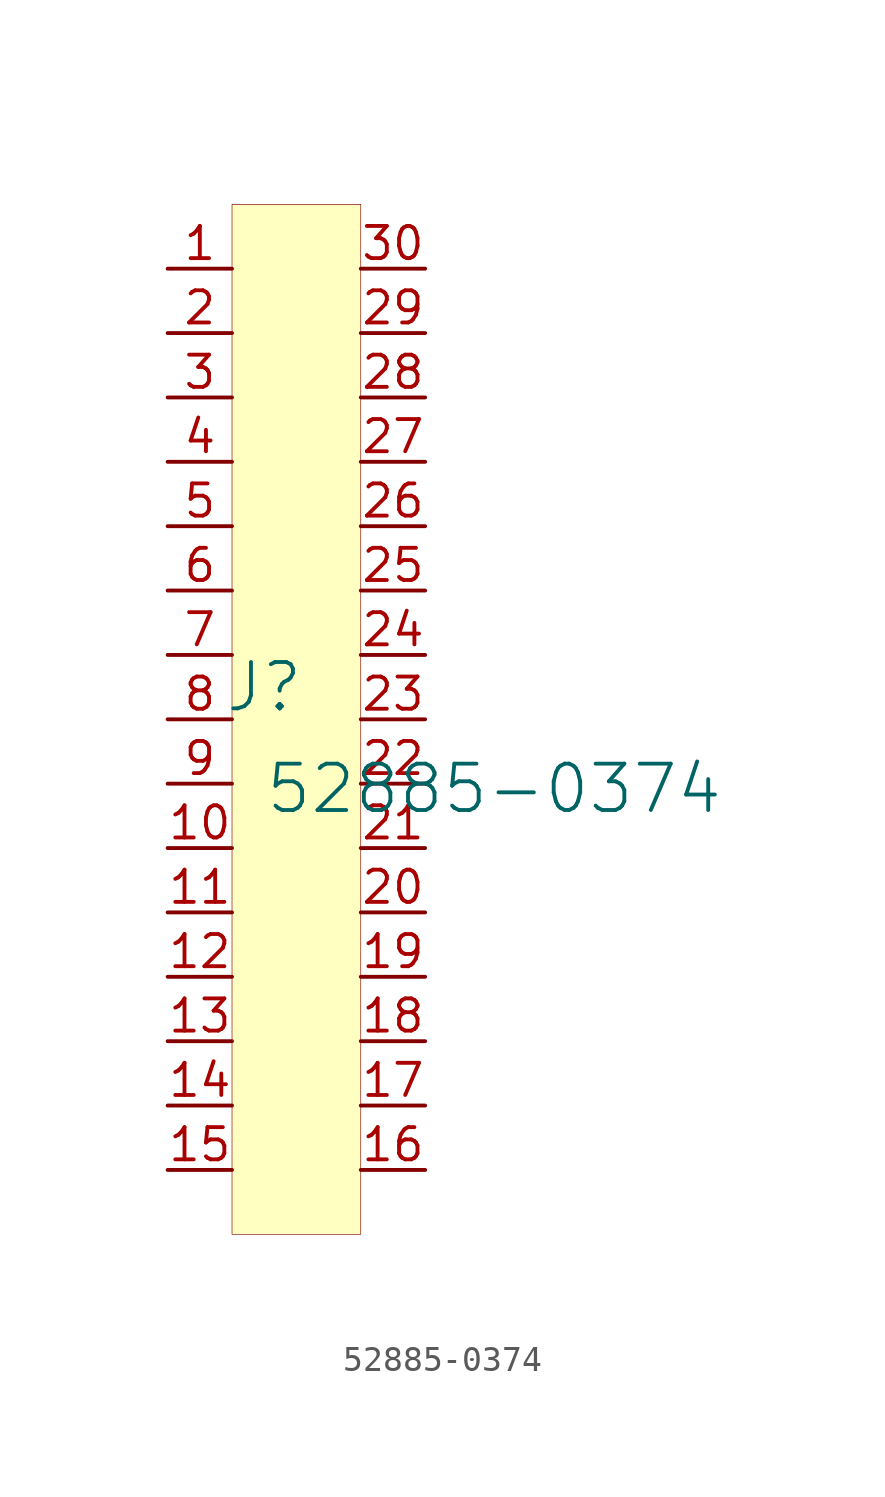
<source format=kicad_sym>
(kicad_symbol_lib
  (version 20231120)
  (generator "kicad_symbol_editor")
  (generator_version "8.0")
  (symbol "52885-0374"
    (property "Reference" "J"
      (at -1.27 1.27 0)
      (effects (font (size 1.829 1.829))))
    (property "Value" "52885-0374"
      (at -1.27 -3.81 0)
      (effects (font (size 1.829 1.829)) (justify left bottom)))
    (symbol "52885-0374_1_0"
      (rectangle (start 2.54 20.32) (end -2.54 -20.32) (stroke (width 0.025) (type solid) (color 128 0 0 1)) (fill (type background)))
      (pin passive line (at -5.08 17.78 0) (length 2.54) (name "1" (effects (font (size 0 0)))) (number "1" (effects (font (size 1.27 1.27)))))
      (pin passive line (at -5.08 -5.08 0) (length 2.54) (name "10" (effects (font (size 0 0)))) (number "10" (effects (font (size 1.27 1.27)))))
      (pin passive line (at -5.08 -7.62 0) (length 2.54) (name "11" (effects (font (size 0 0)))) (number "11" (effects (font (size 1.27 1.27)))))
      (pin passive line (at -5.08 -10.16 0) (length 2.54) (name "12" (effects (font (size 0 0)))) (number "12" (effects (font (size 1.27 1.27)))))
      (pin passive line (at -5.08 -12.7 0) (length 2.54) (name "13" (effects (font (size 0 0)))) (number "13" (effects (font (size 1.27 1.27)))))
      (pin passive line (at -5.08 -15.24 0) (length 2.54) (name "14" (effects (font (size 0 0)))) (number "14" (effects (font (size 1.27 1.27)))))
      (pin passive line (at -5.08 -17.78 0) (length 2.54) (name "15" (effects (font (size 0 0)))) (number "15" (effects (font (size 1.27 1.27)))))
      (pin passive line (at 5.08 -17.78 180) (length 2.54) (name "16" (effects (font (size 0 0)))) (number "16" (effects (font (size 1.27 1.27)))))
      (pin passive line (at 5.08 -15.24 180) (length 2.54) (name "17" (effects (font (size 0 0)))) (number "17" (effects (font (size 1.27 1.27)))))
      (pin passive line (at 5.08 -12.7 180) (length 2.54) (name "18" (effects (font (size 0 0)))) (number "18" (effects (font (size 1.27 1.27)))))
      (pin passive line (at 5.08 -10.16 180) (length 2.54) (name "19" (effects (font (size 0 0)))) (number "19" (effects (font (size 1.27 1.27)))))
      (pin passive line (at -5.08 15.24 0) (length 2.54) (name "2" (effects (font (size 0 0)))) (number "2" (effects (font (size 1.27 1.27)))))
      (pin passive line (at 5.08 -7.62 180) (length 2.54) (name "20" (effects (font (size 0 0)))) (number "20" (effects (font (size 1.27 1.27)))))
      (pin passive line (at 5.08 -5.08 180) (length 2.54) (name "21" (effects (font (size 0 0)))) (number "21" (effects (font (size 1.27 1.27)))))
      (pin passive line (at 5.08 -2.54 180) (length 2.54) (name "22" (effects (font (size 0 0)))) (number "22" (effects (font (size 1.27 1.27)))))
      (pin passive line (at 5.08 0 180) (length 2.54) (name "23" (effects (font (size 0 0)))) (number "23" (effects (font (size 1.27 1.27)))))
      (pin passive line (at 5.08 2.54 180) (length 2.54) (name "24" (effects (font (size 0 0)))) (number "24" (effects (font (size 1.27 1.27)))))
      (pin passive line (at 5.08 5.08 180) (length 2.54) (name "25" (effects (font (size 0 0)))) (number "25" (effects (font (size 1.27 1.27)))))
      (pin passive line (at 5.08 7.62 180) (length 2.54) (name "26" (effects (font (size 0 0)))) (number "26" (effects (font (size 1.27 1.27)))))
      (pin passive line (at 5.08 10.16 180) (length 2.54) (name "27" (effects (font (size 0 0)))) (number "27" (effects (font (size 1.27 1.27)))))
      (pin passive line (at 5.08 12.7 180) (length 2.54) (name "28" (effects (font (size 0 0)))) (number "28" (effects (font (size 1.27 1.27)))))
      (pin passive line (at 5.08 15.24 180) (length 2.54) (name "29" (effects (font (size 0 0)))) (number "29" (effects (font (size 1.27 1.27)))))
      (pin passive line (at -5.08 12.7 0) (length 2.54) (name "3" (effects (font (size 0 0)))) (number "3" (effects (font (size 1.27 1.27)))))
      (pin passive line (at 5.08 17.78 180) (length 2.54) (name "30" (effects (font (size 0 0)))) (number "30" (effects (font (size 1.27 1.27)))))
      (pin passive line (at -5.08 10.16 0) (length 2.54) (name "4" (effects (font (size 0 0)))) (number "4" (effects (font (size 1.27 1.27)))))
      (pin passive line (at -5.08 7.62 0) (length 2.54) (name "5" (effects (font (size 0 0)))) (number "5" (effects (font (size 1.27 1.27)))))
      (pin passive line (at -5.08 5.08 0) (length 2.54) (name "6" (effects (font (size 0 0)))) (number "6" (effects (font (size 1.27 1.27)))))
      (pin passive line (at -5.08 2.54 0) (length 2.54) (name "7" (effects (font (size 0 0)))) (number "7" (effects (font (size 1.27 1.27)))))
      (pin passive line (at -5.08 0 0) (length 2.54) (name "8" (effects (font (size 0 0)))) (number "8" (effects (font (size 1.27 1.27)))))
      (pin passive line (at -5.08 -2.54 0) (length 2.54) (name "9" (effects (font (size 0 0)))) (number "9" (effects (font (size 1.27 1.27))))))))
</source>
